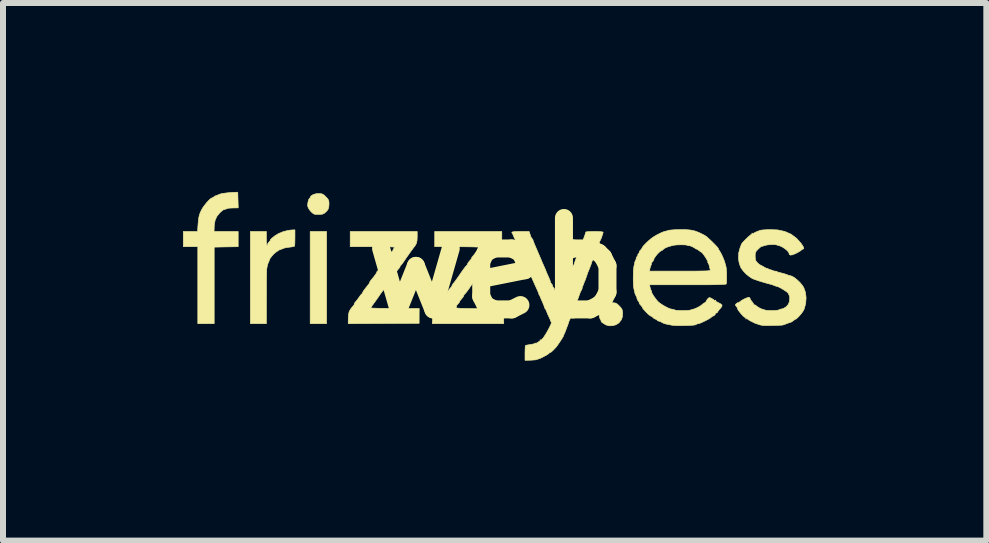
<source format=kicad_pcb>
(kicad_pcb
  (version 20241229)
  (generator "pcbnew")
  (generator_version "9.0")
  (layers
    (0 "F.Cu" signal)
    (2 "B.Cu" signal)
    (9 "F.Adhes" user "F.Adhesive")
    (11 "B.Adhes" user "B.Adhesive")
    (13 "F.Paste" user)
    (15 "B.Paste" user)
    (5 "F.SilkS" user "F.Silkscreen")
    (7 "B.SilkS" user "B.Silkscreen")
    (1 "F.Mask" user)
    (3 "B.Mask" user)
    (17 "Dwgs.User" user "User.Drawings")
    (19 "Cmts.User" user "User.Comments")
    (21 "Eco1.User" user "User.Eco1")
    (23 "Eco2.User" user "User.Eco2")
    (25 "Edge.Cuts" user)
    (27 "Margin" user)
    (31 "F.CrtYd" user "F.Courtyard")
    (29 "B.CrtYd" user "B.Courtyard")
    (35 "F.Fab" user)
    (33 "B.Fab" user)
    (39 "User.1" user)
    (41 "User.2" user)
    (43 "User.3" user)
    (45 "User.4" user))
  (footprint "web"
    (layer "F.Cu")
    (at 5.225 1.418)
    (property "Reference" "web" (at 0 0 0) (layer "F.SilkS") (effects (font (size 1.524 1.524) (thickness 0.3))))
    (attr through_hole)
    (fp_poly (pts (xy -2.832 0.927) (xy -3.105 0.927) (xy -3.105 -0.61) (xy -2.832 -0.61) (xy -2.832 0.927)) (stroke (width 0.01) (type solid)) (fill yes) (layer "F.SilkS"))
    (fp_poly (pts (xy 0.737 1.2) (xy 0.73 1.206) (xy 0.724 1.2) (xy 0.73 1.194) (xy 0.737 1.2)) (stroke (width 0.01) (type solid)) (fill yes) (layer "F.SilkS"))
    (fp_poly (pts (xy 3.658 0.54) (xy 3.651 0.546) (xy 3.645 0.54) (xy 3.651 0.533) (xy 3.658 0.54)) (stroke (width 0.01) (type solid)) (fill yes) (layer "F.SilkS"))
    (fp_poly (pts (xy 4.166 0.845) (xy 4.159 0.851) (xy 4.153 0.845) (xy 4.159 0.838) (xy 4.166 0.845)) (stroke (width 0.01) (type solid)) (fill yes) (layer "F.SilkS"))
    (fp_poly (pts (xy 4.267 -0.578) (xy 4.261 -0.572) (xy 4.255 -0.578) (xy 4.261 -0.584) (xy 4.267 -0.578)) (stroke (width 0.01) (type solid)) (fill yes) (layer "F.SilkS"))
    (fp_poly (pts (xy -2.924 -1.24) (xy -2.895 -1.231) (xy -2.868 -1.212) (xy -2.846 -1.19) (xy -2.814 -1.157) (xy -2.798 -1.13) (xy -2.792 -1.1) (xy -2.791 -1.067) (xy -2.795 -1.016) (xy -2.806 -0.981) (xy -2.827 -0.951) (xy -2.842 -0.937) (xy -2.872 -0.911) (xy -2.903 -0.898) (xy -2.947 -0.894) (xy -2.95 -0.894) (xy -2.992 -0.894) (xy -3.025 -0.896) (xy -3.035 -0.898) (xy -3.069 -0.919) (xy -3.104 -0.954) (xy -3.132 -0.995) (xy -3.145 -1.026) (xy -3.147 -1.062) (xy -3.141 -1.102) (xy -3.131 -1.138) (xy -3.118 -1.163) (xy -3.109 -1.168) (xy -3.101 -1.173) (xy -3.102 -1.176) (xy -3.101 -1.19) (xy -3.095 -1.198) (xy -3.055 -1.225) (xy -3.007 -1.239) (xy -2.963 -1.241) (xy -2.924 -1.24)) (stroke (width 0.01) (type solid)) (fill yes) (layer "F.SilkS"))
    (fp_poly (pts (xy 1.959 0.579) (xy 1.989 0.585) (xy 2.014 0.6) (xy 2.044 0.628) (xy 2.047 0.631) (xy 2.077 0.664) (xy 2.094 0.692) (xy 2.101 0.726) (xy 2.103 0.751) (xy 2.099 0.814) (xy 2.081 0.863) (xy 2.043 0.911) (xy 2.034 0.919) (xy 1.99 0.946) (xy 1.933 0.961) (xy 1.875 0.962) (xy 1.826 0.948) (xy 1.79 0.927) (xy 1.761 0.907) (xy 1.745 0.894) (xy 1.745 0.889) (xy 1.747 0.881) (xy 1.739 0.869) (xy 1.72 0.831) (xy 1.711 0.781) (xy 1.712 0.731) (xy 1.724 0.688) (xy 1.734 0.673) (xy 1.747 0.655) (xy 1.745 0.648) (xy 1.748 0.641) (xy 1.767 0.625) (xy 1.785 0.613) (xy 1.82 0.592) (xy 1.855 0.581) (xy 1.901 0.578) (xy 1.914 0.578) (xy 1.959 0.579)) (stroke (width 0.01) (type solid)) (fill yes) (layer "F.SilkS"))
    (fp_poly (pts (xy -4.304 -1.003) (xy -4.381 -1.002) (xy -4.432 -1) (xy -4.464 -0.998) (xy -4.483 -0.993) (xy -4.489 -0.991) (xy -4.506 -0.985) (xy -4.508 -0.984) (xy -4.526 -0.978) (xy -4.528 -0.978) (xy -4.545 -0.973) (xy -4.547 -0.973) (xy -4.562 -0.964) (xy -4.589 -0.942) (xy -4.615 -0.917) (xy -4.66 -0.861) (xy -4.689 -0.798) (xy -4.703 -0.72) (xy -4.705 -0.683) (xy -4.707 -0.61) (xy -4.305 -0.61) (xy -4.305 -0.356) (xy -4.505 -0.353) (xy -4.705 -0.349) (xy -4.705 0.927) (xy -4.978 0.927) (xy -4.978 -0.356) (xy -5.22 -0.356) (xy -5.22 -0.61) (xy -4.982 -0.61) (xy -4.975 -0.714) (xy -4.969 -0.785) (xy -4.962 -0.837) (xy -4.953 -0.88) (xy -4.939 -0.92) (xy -4.919 -0.964) (xy -4.918 -0.965) (xy -4.897 -1.003) (xy -4.866 -1.046) (xy -4.832 -1.089) (xy -4.797 -1.127) (xy -4.767 -1.155) (xy -4.746 -1.168) (xy -4.743 -1.168) (xy -4.723 -1.177) (xy -4.714 -1.184) (xy -4.695 -1.199) (xy -4.689 -1.201) (xy -4.672 -1.207) (xy -4.644 -1.218) (xy -4.642 -1.219) (xy -4.609 -1.232) (xy -4.585 -1.24) (xy -4.525 -1.249) (xy -4.455 -1.257) (xy -4.39 -1.262) (xy -4.375 -1.262) (xy -4.312 -1.264) (xy -4.304 -1.003)) (stroke (width 0.01) (type solid)) (fill yes) (layer "F.SilkS"))
    (fp_poly (pts (xy -3.359 -0.503) (xy -3.36 -0.448) (xy -3.361 -0.402) (xy -3.364 -0.372) (xy -3.366 -0.364) (xy -3.381 -0.359) (xy -3.413 -0.353) (xy -3.436 -0.35) (xy -3.484 -0.344) (xy -3.518 -0.338) (xy -3.547 -0.33) (xy -3.573 -0.319) (xy -3.599 -0.309) (xy -3.614 -0.305) (xy -3.626 -0.298) (xy -3.652 -0.281) (xy -3.677 -0.264) (xy -3.71 -0.236) (xy -3.743 -0.2) (xy -3.77 -0.165) (xy -3.786 -0.136) (xy -3.787 -0.127) (xy -3.792 -0.112) (xy -3.8 -0.097) (xy -3.812 -0.066) (xy -3.819 -0.04) (xy -3.825 -0.007) (xy -3.829 0.013) (xy -3.83 0.029) (xy -3.831 0.069) (xy -3.832 0.127) (xy -3.833 0.202) (xy -3.834 0.29) (xy -3.834 0.388) (xy -3.834 0.479) (xy -3.835 0.927) (xy -4.102 0.927) (xy -4.102 -0.61) (xy -3.835 -0.61) (xy -3.835 -0.488) (xy -3.834 -0.427) (xy -3.83 -0.389) (xy -3.824 -0.374) (xy -3.822 -0.375) (xy -3.814 -0.389) (xy -3.815 -0.392) (xy -3.812 -0.407) (xy -3.794 -0.431) (xy -3.79 -0.436) (xy -3.771 -0.458) (xy -3.765 -0.469) (xy -3.766 -0.47) (xy -3.766 -0.476) (xy -3.747 -0.494) (xy -3.708 -0.526) (xy -3.689 -0.541) (xy -3.629 -0.577) (xy -3.554 -0.607) (xy -3.475 -0.627) (xy -3.422 -0.634) (xy -3.359 -0.637) (xy -3.359 -0.503)) (stroke (width 0.01) (type solid)) (fill yes) (layer "F.SilkS"))
    (fp_poly (pts (xy -1.321 -0.521) (xy -1.324 -0.459) (xy -1.334 -0.413) (xy -1.355 -0.374) (xy -1.374 -0.349) (xy -1.392 -0.325) (xy -1.421 -0.286) (xy -1.456 -0.237) (xy -1.493 -0.185) (xy -1.527 -0.135) (xy -1.542 -0.113) (xy -1.566 -0.079) (xy -1.589 -0.051) (xy -1.594 -0.046) (xy -1.607 -0.031) (xy -1.606 -0.025) (xy -1.609 -0.017) (xy -1.624 0.004) (xy -1.637 0.019) (xy -1.66 0.048) (xy -1.674 0.069) (xy -1.676 0.074) (xy -1.684 0.088) (xy -1.704 0.112) (xy -1.709 0.118) (xy -1.727 0.14) (xy -1.733 0.152) (xy -1.732 0.152) (xy -1.734 0.16) (xy -1.75 0.18) (xy -1.759 0.191) (xy -1.779 0.214) (xy -1.787 0.227) (xy -1.786 0.229) (xy -1.788 0.237) (xy -1.804 0.257) (xy -1.815 0.27) (xy -1.839 0.298) (xy -1.853 0.32) (xy -1.854 0.325) (xy -1.863 0.345) (xy -1.875 0.357) (xy -1.891 0.375) (xy -1.917 0.408) (xy -1.946 0.449) (xy -1.951 0.457) (xy -1.985 0.506) (xy -2.021 0.557) (xy -2.05 0.597) (xy -2.074 0.63) (xy -2.09 0.655) (xy -2.095 0.664) (xy -2.083 0.666) (xy -2.048 0.668) (xy -1.995 0.67) (xy -1.924 0.671) (xy -1.841 0.672) (xy -1.747 0.673) (xy -1.692 0.673) (xy -1.288 0.673) (xy -1.289 0.797) (xy -1.289 0.921) (xy -1.88 0.924) (xy -2.471 0.927) (xy -2.47 0.835) (xy -2.466 0.772) (xy -2.454 0.724) (xy -2.429 0.68) (xy -2.389 0.632) (xy -2.372 0.61) (xy -2.367 0.598) (xy -2.369 0.597) (xy -2.368 0.589) (xy -2.354 0.569) (xy -2.348 0.562) (xy -2.32 0.528) (xy -2.291 0.488) (xy -2.285 0.48) (xy -2.265 0.451) (xy -2.249 0.434) (xy -2.245 0.432) (xy -2.236 0.422) (xy -2.235 0.418) (xy -2.229 0.402) (xy -2.211 0.373) (xy -2.179 0.331) (xy -2.142 0.285) (xy -2.122 0.259) (xy -2.114 0.243) (xy -2.115 0.241) (xy -2.113 0.233) (xy -2.098 0.211) (xy -2.087 0.197) (xy -2.042 0.142) (xy -2.013 0.102) (xy -1.997 0.077) (xy -1.994 0.065) (xy -1.987 0.051) (xy -1.984 0.051) (xy -1.972 0.041) (xy -1.953 0.016) (xy -1.944 0.003) (xy -1.916 -0.036) (xy -1.887 -0.073) (xy -1.881 -0.079) (xy -1.864 -0.102) (xy -1.859 -0.114) (xy -1.861 -0.114) (xy -1.86 -0.122) (xy -1.846 -0.142) (xy -1.84 -0.149) (xy -1.812 -0.183) (xy -1.783 -0.224) (xy -1.777 -0.232) (xy -1.757 -0.26) (xy -1.741 -0.277) (xy -1.737 -0.279) (xy -1.728 -0.289) (xy -1.727 -0.294) (xy -1.719 -0.315) (xy -1.706 -0.332) (xy -1.701 -0.339) (xy -1.701 -0.344) (xy -1.708 -0.348) (xy -1.725 -0.351) (xy -1.754 -0.353) (xy -1.799 -0.354) (xy -1.861 -0.355) (xy -1.943 -0.356) (xy -2.047 -0.356) (xy -2.438 -0.356) (xy -2.438 -0.61) (xy -1.321 -0.61) (xy -1.321 -0.521)) (stroke (width 0.01) (type solid)) (fill yes) (layer "F.SilkS"))
    (fp_poly (pts (xy 0.089 -0.519) (xy 0.088 -0.468) (xy 0.082 -0.432) (xy 0.069 -0.4) (xy 0.045 -0.362) (xy 0.019 -0.324) (xy -0.005 -0.294) (xy -0.018 -0.28) (xy -0.035 -0.26) (xy -0.038 -0.249) (xy -0.046 -0.232) (xy -0.067 -0.205) (xy -0.077 -0.194) (xy -0.098 -0.169) (xy -0.107 -0.154) (xy -0.106 -0.152) (xy -0.108 -0.144) (xy -0.124 -0.124) (xy -0.133 -0.114) (xy -0.154 -0.091) (xy -0.162 -0.078) (xy -0.161 -0.076) (xy -0.162 -0.068) (xy -0.177 -0.048) (xy -0.184 -0.041) (xy -0.205 -0.016) (xy -0.216 0.001) (xy -0.216 0.003) (xy -0.224 0.017) (xy -0.243 0.042) (xy -0.255 0.057) (xy -0.277 0.083) (xy -0.287 0.099) (xy -0.287 0.102) (xy -0.289 0.11) (xy -0.304 0.129) (xy -0.304 0.13) (xy -0.319 0.148) (xy -0.336 0.171) (xy -0.359 0.202) (xy -0.39 0.245) (xy -0.431 0.304) (xy -0.449 0.331) (xy -0.479 0.373) (xy -0.506 0.408) (xy -0.524 0.429) (xy -0.527 0.431) (xy -0.543 0.451) (xy -0.546 0.462) (xy -0.554 0.479) (xy -0.575 0.506) (xy -0.585 0.518) (xy -0.606 0.542) (xy -0.615 0.557) (xy -0.614 0.559) (xy -0.616 0.567) (xy -0.632 0.587) (xy -0.641 0.597) (xy -0.661 0.62) (xy -0.669 0.634) (xy -0.668 0.635) (xy -0.666 0.643) (xy -0.673 0.654) (xy -0.675 0.659) (xy -0.67 0.663) (xy -0.654 0.667) (xy -0.627 0.669) (xy -0.586 0.672) (xy -0.527 0.673) (xy -0.449 0.674) (xy -0.349 0.676) (xy -0.284 0.676) (xy 0.12 0.679) (xy 0.121 0.803) (xy 0.121 0.927) (xy -1.069 0.927) (xy -1.065 0.828) (xy -1.062 0.776) (xy -1.056 0.741) (xy -1.045 0.715) (xy -1.027 0.69) (xy -1.019 0.681) (xy -0.995 0.652) (xy -0.98 0.631) (xy -0.978 0.625) (xy -0.97 0.61) (xy -0.951 0.586) (xy -0.946 0.581) (xy -0.927 0.559) (xy -0.921 0.547) (xy -0.923 0.546) (xy -0.921 0.538) (xy -0.906 0.518) (xy -0.9 0.511) (xy -0.874 0.479) (xy -0.845 0.438) (xy -0.832 0.419) (xy -0.804 0.378) (xy -0.775 0.34) (xy -0.763 0.327) (xy -0.745 0.305) (xy -0.739 0.293) (xy -0.74 0.292) (xy -0.74 0.284) (xy -0.725 0.264) (xy -0.725 0.264) (xy -0.699 0.232) (xy -0.667 0.189) (xy -0.626 0.13) (xy -0.58 0.063) (xy -0.55 0.021) (xy -0.524 -0.014) (xy -0.505 -0.035) (xy -0.503 -0.037) (xy -0.486 -0.057) (xy -0.483 -0.068) (xy -0.474 -0.086) (xy -0.454 -0.112) (xy -0.444 -0.124) (xy -0.423 -0.148) (xy -0.413 -0.163) (xy -0.414 -0.165) (xy -0.413 -0.173) (xy -0.398 -0.193) (xy -0.392 -0.2) (xy -0.367 -0.23) (xy -0.34 -0.266) (xy -0.316 -0.303) (xy -0.298 -0.332) (xy -0.292 -0.347) (xy -0.304 -0.349) (xy -0.339 -0.351) (xy -0.392 -0.353) (xy -0.462 -0.354) (xy -0.544 -0.355) (xy -0.636 -0.356) (xy -0.66 -0.356) (xy -1.029 -0.356) (xy -1.029 -0.61) (xy 0.089 -0.61) (xy 0.089 -0.519)) (stroke (width 0.01) (type solid)) (fill yes) (layer "F.SilkS"))
    (fp_poly (pts (xy 4.687 -0.636) (xy 4.806 -0.61) (xy 4.911 -0.564) (xy 5.002 -0.496) (xy 5.081 -0.407) (xy 5.086 -0.399) (xy 5.114 -0.355) (xy 5.123 -0.328) (xy 5.114 -0.318) (xy 5.113 -0.318) (xy 5.091 -0.309) (xy 5.08 -0.298) (xy 5.061 -0.283) (xy 5.026 -0.263) (xy 4.987 -0.242) (xy 4.934 -0.221) (xy 4.899 -0.216) (xy 4.88 -0.228) (xy 4.877 -0.247) (xy 4.866 -0.269) (xy 4.84 -0.297) (xy 4.803 -0.326) (xy 4.763 -0.352) (xy 4.726 -0.369) (xy 4.711 -0.373) (xy 4.686 -0.38) (xy 4.68 -0.383) (xy 4.652 -0.39) (xy 4.609 -0.392) (xy 4.558 -0.39) (xy 4.509 -0.385) (xy 4.474 -0.376) (xy 4.442 -0.366) (xy 4.422 -0.362) (xy 4.42 -0.363) (xy 4.411 -0.359) (xy 4.39 -0.341) (xy 4.366 -0.319) (xy 4.335 -0.288) (xy 4.319 -0.263) (xy 4.313 -0.234) (xy 4.312 -0.198) (xy 4.315 -0.152) (xy 4.324 -0.121) (xy 4.344 -0.095) (xy 4.372 -0.068) (xy 4.399 -0.05) (xy 4.401 -0.049) (xy 4.429 -0.035) (xy 4.463 -0.015) (xy 4.467 -0.013) (xy 4.493 0.001) (xy 4.508 0.006) (xy 4.508 0.005) (xy 4.516 0.005) (xy 4.525 0.011) (xy 4.552 0.024) (xy 4.569 0.029) (xy 4.595 0.036) (xy 4.606 0.042) (xy 4.624 0.049) (xy 4.642 0.051) (xy 4.668 0.055) (xy 4.679 0.06) (xy 4.695 0.07) (xy 4.697 0.07) (xy 4.719 0.074) (xy 4.756 0.084) (xy 4.798 0.095) (xy 4.834 0.107) (xy 4.854 0.115) (xy 4.883 0.125) (xy 4.896 0.127) (xy 4.928 0.137) (xy 4.97 0.162) (xy 5.015 0.199) (xy 5.06 0.242) (xy 5.098 0.288) (xy 5.121 0.324) (xy 5.15 0.404) (xy 5.161 0.495) (xy 5.154 0.59) (xy 5.13 0.68) (xy 5.122 0.698) (xy 5.104 0.728) (xy 5.078 0.763) (xy 5.047 0.799) (xy 5.018 0.829) (xy 4.996 0.848) (xy 4.988 0.851) (xy 4.972 0.859) (xy 4.951 0.875) (xy 4.92 0.897) (xy 4.895 0.907) (xy 4.86 0.918) (xy 4.83 0.929) (xy 4.798 0.942) (xy 4.775 0.949) (xy 4.753 0.952) (xy 4.712 0.954) (xy 4.659 0.956) (xy 4.6 0.957) (xy 4.541 0.958) (xy 4.489 0.958) (xy 4.451 0.957) (xy 4.439 0.956) (xy 4.405 0.95) (xy 4.381 0.944) (xy 4.354 0.934) (xy 4.346 0.932) (xy 4.318 0.923) (xy 4.28 0.905) (xy 4.238 0.884) (xy 4.202 0.863) (xy 4.18 0.846) (xy 4.178 0.844) (xy 4.158 0.828) (xy 4.147 0.826) (xy 4.13 0.816) (xy 4.105 0.793) (xy 4.076 0.761) (xy 4.048 0.727) (xy 4.026 0.696) (xy 4.016 0.674) (xy 4.016 0.668) (xy 4.011 0.656) (xy 3.997 0.638) (xy 3.983 0.619) (xy 3.986 0.605) (xy 4 0.591) (xy 4.019 0.577) (xy 4.026 0.578) (xy 4.034 0.578) (xy 4.053 0.565) (xy 4.054 0.563) (xy 4.086 0.54) (xy 4.125 0.518) (xy 4.165 0.5) (xy 4.197 0.489) (xy 4.215 0.488) (xy 4.228 0.507) (xy 4.229 0.512) (xy 4.237 0.531) (xy 4.257 0.557) (xy 4.26 0.561) (xy 4.279 0.585) (xy 4.284 0.6) (xy 4.283 0.602) (xy 4.286 0.609) (xy 4.295 0.61) (xy 4.319 0.619) (xy 4.331 0.629) (xy 4.355 0.648) (xy 4.391 0.669) (xy 4.428 0.685) (xy 4.447 0.69) (xy 4.472 0.698) (xy 4.477 0.7) (xy 4.497 0.705) (xy 4.533 0.707) (xy 4.579 0.708) (xy 4.626 0.708) (xy 4.668 0.705) (xy 4.697 0.701) (xy 4.706 0.698) (xy 4.723 0.688) (xy 4.741 0.685) (xy 4.785 0.673) (xy 4.829 0.645) (xy 4.863 0.607) (xy 4.866 0.603) (xy 4.879 0.569) (xy 4.887 0.528) (xy 4.888 0.489) (xy 4.883 0.46) (xy 4.877 0.451) (xy 4.869 0.436) (xy 4.871 0.432) (xy 4.864 0.419) (xy 4.841 0.399) (xy 4.807 0.375) (xy 4.767 0.35) (xy 4.727 0.327) (xy 4.693 0.311) (xy 4.669 0.305) (xy 4.669 0.305) (xy 4.654 0.3) (xy 4.627 0.29) (xy 4.6 0.279) (xy 4.585 0.274) (xy 4.56 0.268) (xy 4.523 0.258) (xy 4.483 0.247) (xy 4.449 0.237) (xy 4.432 0.232) (xy 4.404 0.223) (xy 4.396 0.221) (xy 4.37 0.213) (xy 4.358 0.209) (xy 4.328 0.198) (xy 4.317 0.195) (xy 4.268 0.177) (xy 4.214 0.142) (xy 4.16 0.098) (xy 4.112 0.047) (xy 4.076 -0.003) (xy 4.058 -0.047) (xy 4.057 -0.048) (xy 4.053 -0.067) (xy 4.051 -0.07) (xy 4.047 -0.081) (xy 4.041 -0.11) (xy 4.036 -0.147) (xy 4.034 -0.171) (xy 4.038 -0.254) (xy 4.061 -0.339) (xy 4.066 -0.351) (xy 4.077 -0.38) (xy 4.082 -0.397) (xy 4.092 -0.412) (xy 4.115 -0.439) (xy 4.147 -0.472) (xy 4.182 -0.506) (xy 4.214 -0.535) (xy 4.239 -0.555) (xy 4.247 -0.56) (xy 4.278 -0.575) (xy 4.293 -0.584) (xy 4.321 -0.599) (xy 4.361 -0.616) (xy 4.401 -0.63) (xy 4.407 -0.631) (xy 4.427 -0.634) (xy 4.466 -0.637) (xy 4.518 -0.64) (xy 4.553 -0.641) (xy 4.687 -0.636)) (stroke (width 0.01) (type solid)) (fill yes) (layer "F.SilkS"))
    (fp_poly (pts (xy 3.152 -0.641) (xy 3.233 -0.634) (xy 3.305 -0.619) (xy 3.376 -0.592) (xy 3.455 -0.553) (xy 3.48 -0.539) (xy 3.501 -0.524) (xy 3.533 -0.496) (xy 3.571 -0.461) (xy 3.61 -0.423) (xy 3.647 -0.386) (xy 3.676 -0.355) (xy 3.693 -0.334) (xy 3.696 -0.329) (xy 3.702 -0.313) (xy 3.719 -0.285) (xy 3.727 -0.273) (xy 3.751 -0.23) (xy 3.777 -0.173) (xy 3.8 -0.115) (xy 3.814 -0.066) (xy 3.816 -0.059) (xy 3.821 -0.038) (xy 3.823 -0.032) (xy 3.827 -0.02) (xy 3.831 0.011) (xy 3.834 0.055) (xy 3.836 0.107) (xy 3.836 0.16) (xy 3.836 0.208) (xy 3.834 0.245) (xy 3.83 0.265) (xy 3.83 0.265) (xy 3.819 0.269) (xy 3.789 0.272) (xy 3.74 0.274) (xy 3.67 0.276) (xy 3.579 0.278) (xy 3.466 0.279) (xy 3.328 0.279) (xy 3.187 0.279) (xy 2.552 0.279) (xy 2.56 0.32) (xy 2.569 0.354) (xy 2.58 0.377) (xy 2.588 0.391) (xy 2.587 0.394) (xy 2.585 0.403) (xy 2.596 0.426) (xy 2.616 0.459) (xy 2.642 0.496) (xy 2.67 0.533) (xy 2.697 0.563) (xy 2.701 0.567) (xy 2.732 0.591) (xy 2.775 0.619) (xy 2.823 0.646) (xy 2.867 0.668) (xy 2.9 0.681) (xy 2.902 0.681) (xy 2.924 0.685) (xy 2.94 0.688) (xy 2.968 0.696) (xy 2.979 0.701) (xy 2.997 0.705) (xy 3.034 0.707) (xy 3.081 0.708) (xy 3.132 0.708) (xy 3.179 0.707) (xy 3.215 0.704) (xy 3.232 0.7) (xy 3.255 0.692) (xy 3.269 0.689) (xy 3.309 0.677) (xy 3.357 0.655) (xy 3.402 0.629) (xy 3.425 0.611) (xy 3.447 0.592) (xy 3.461 0.584) (xy 3.461 0.584) (xy 3.475 0.576) (xy 3.488 0.565) (xy 3.5 0.55) (xy 3.5 0.546) (xy 3.502 0.538) (xy 3.517 0.518) (xy 3.519 0.516) (xy 3.539 0.496) (xy 3.557 0.493) (xy 3.582 0.504) (xy 3.61 0.52) (xy 3.626 0.533) (xy 3.626 0.533) (xy 3.64 0.545) (xy 3.67 0.562) (xy 3.702 0.578) (xy 3.74 0.599) (xy 3.759 0.616) (xy 3.758 0.635) (xy 3.739 0.664) (xy 3.715 0.691) (xy 3.695 0.717) (xy 3.684 0.736) (xy 3.683 0.739) (xy 3.673 0.748) (xy 3.662 0.749) (xy 3.648 0.753) (xy 3.649 0.757) (xy 3.647 0.771) (xy 3.633 0.788) (xy 3.615 0.799) (xy 3.609 0.8) (xy 3.592 0.809) (xy 3.582 0.819) (xy 3.562 0.834) (xy 3.527 0.855) (xy 3.483 0.878) (xy 3.437 0.9) (xy 3.397 0.918) (xy 3.369 0.927) (xy 3.364 0.927) (xy 3.341 0.932) (xy 3.335 0.936) (xy 3.325 0.943) (xy 3.308 0.948) (xy 3.279 0.952) (xy 3.235 0.955) (xy 3.171 0.957) (xy 3.131 0.958) (xy 3.064 0.959) (xy 3.002 0.958) (xy 2.95 0.955) (xy 2.921 0.952) (xy 2.862 0.94) (xy 2.822 0.932) (xy 2.793 0.923) (xy 2.77 0.913) (xy 2.751 0.902) (xy 2.722 0.888) (xy 2.704 0.883) (xy 2.702 0.884) (xy 2.69 0.88) (xy 2.68 0.87) (xy 2.659 0.854) (xy 2.648 0.851) (xy 2.629 0.842) (xy 2.61 0.826) (xy 2.588 0.806) (xy 2.572 0.8) (xy 2.557 0.791) (xy 2.529 0.769) (xy 2.496 0.736) (xy 2.49 0.73) (xy 2.46 0.697) (xy 2.44 0.673) (xy 2.433 0.661) (xy 2.433 0.66) (xy 2.432 0.652) (xy 2.416 0.632) (xy 2.407 0.622) (xy 2.387 0.599) (xy 2.379 0.586) (xy 2.381 0.584) (xy 2.382 0.576) (xy 2.372 0.562) (xy 2.352 0.532) (xy 2.341 0.503) (xy 2.341 0.495) (xy 2.336 0.481) (xy 2.325 0.46) (xy 2.311 0.429) (xy 2.305 0.409) (xy 2.3 0.383) (xy 2.291 0.346) (xy 2.289 0.335) (xy 2.284 0.297) (xy 2.281 0.243) (xy 2.28 0.179) (xy 2.281 0.111) (xy 2.283 0.051) (xy 2.551 0.051) (xy 3.061 0.051) (xy 3.188 0.051) (xy 3.292 0.051) (xy 3.375 0.05) (xy 3.439 0.049) (xy 3.487 0.048) (xy 3.522 0.046) (xy 3.544 0.044) (xy 3.557 0.04) (xy 3.563 0.036) (xy 3.564 0.031) (xy 3.562 0.026) (xy 3.554 -0.007) (xy 3.548 -0.034) (xy 3.539 -0.066) (xy 3.528 -0.085) (xy 3.52 -0.099) (xy 3.522 -0.102) (xy 3.522 -0.111) (xy 3.511 -0.134) (xy 3.492 -0.166) (xy 3.469 -0.202) (xy 3.445 -0.234) (xy 3.426 -0.257) (xy 3.413 -0.266) (xy 3.398 -0.274) (xy 3.374 -0.293) (xy 3.373 -0.293) (xy 3.35 -0.311) (xy 3.337 -0.316) (xy 3.336 -0.316) (xy 3.323 -0.319) (xy 3.307 -0.332) (xy 3.284 -0.346) (xy 3.254 -0.361) (xy 3.225 -0.371) (xy 3.205 -0.375) (xy 3.2 -0.372) (xy 3.193 -0.373) (xy 3.184 -0.379) (xy 3.165 -0.384) (xy 3.127 -0.387) (xy 3.079 -0.388) (xy 3.028 -0.387) (xy 2.98 -0.384) (xy 2.943 -0.378) (xy 2.939 -0.377) (xy 2.867 -0.357) (xy 2.818 -0.338) (xy 2.789 -0.319) (xy 2.786 -0.316) (xy 2.766 -0.298) (xy 2.754 -0.292) (xy 2.734 -0.282) (xy 2.706 -0.258) (xy 2.675 -0.225) (xy 2.647 -0.189) (xy 2.627 -0.158) (xy 2.621 -0.138) (xy 2.615 -0.123) (xy 2.598 -0.103) (xy 2.584 -0.084) (xy 2.583 -0.076) (xy 2.585 -0.067) (xy 2.577 -0.049) (xy 2.564 -0.015) (xy 2.557 0.014) (xy 2.551 0.051) (xy 2.283 0.051) (xy 2.283 0.047) (xy 2.288 -0.007) (xy 2.294 -0.045) (xy 2.297 -0.054) (xy 2.305 -0.078) (xy 2.304 -0.089) (xy 2.304 -0.089) (xy 2.305 -0.099) (xy 2.316 -0.123) (xy 2.318 -0.127) (xy 2.329 -0.152) (xy 2.33 -0.165) (xy 2.329 -0.165) (xy 2.33 -0.173) (xy 2.343 -0.191) (xy 2.357 -0.209) (xy 2.356 -0.216) (xy 2.355 -0.224) (xy 2.367 -0.239) (xy 2.38 -0.259) (xy 2.381 -0.269) (xy 2.385 -0.281) (xy 2.4 -0.298) (xy 2.419 -0.319) (xy 2.426 -0.333) (xy 2.435 -0.351) (xy 2.459 -0.38) (xy 2.493 -0.415) (xy 2.533 -0.453) (xy 2.574 -0.488) (xy 2.61 -0.515) (xy 2.611 -0.515) (xy 2.672 -0.552) (xy 2.735 -0.584) (xy 2.791 -0.607) (xy 2.821 -0.615) (xy 2.844 -0.62) (xy 2.851 -0.622) (xy 2.864 -0.628) (xy 2.9 -0.633) (xy 2.958 -0.638) (xy 3.036 -0.641) (xy 3.054 -0.641) (xy 3.152 -0.641)) (stroke (width 0.01) (type solid)) (fill yes) (layer "F.SilkS"))
    (fp_poly (pts (xy 0.556 -0.575) (xy 0.566 -0.545) (xy 0.571 -0.527) (xy 0.581 -0.508) (xy 0.591 -0.495) (xy 0.605 -0.477) (xy 0.608 -0.47) (xy 0.613 -0.452) (xy 0.627 -0.415) (xy 0.649 -0.363) (xy 0.655 -0.349) (xy 0.669 -0.317) (xy 0.678 -0.296) (xy 0.679 -0.292) (xy 0.685 -0.278) (xy 0.698 -0.249) (xy 0.704 -0.235) (xy 0.73 -0.174) (xy 0.748 -0.133) (xy 0.755 -0.114) (xy 0.755 -0.114) (xy 0.761 -0.1) (xy 0.774 -0.071) (xy 0.78 -0.057) (xy 0.808 0.006) (xy 0.825 0.046) (xy 0.831 0.064) (xy 0.837 0.078) (xy 0.85 0.107) (xy 0.859 0.127) (xy 0.883 0.182) (xy 0.896 0.216) (xy 0.899 0.233) (xy 0.898 0.234) (xy 0.904 0.246) (xy 0.92 0.265) (xy 0.934 0.284) (xy 0.933 0.292) (xy 0.933 0.3) (xy 0.943 0.314) (xy 0.96 0.335) (xy 0.965 0.346) (xy 0.973 0.375) (xy 0.993 0.423) (xy 1.008 0.457) (xy 1.023 0.492) (xy 1.033 0.517) (xy 1.034 0.523) (xy 1.04 0.539) (xy 1.052 0.535) (xy 1.067 0.516) (xy 1.08 0.486) (xy 1.087 0.459) (xy 1.095 0.433) (xy 1.1 0.421) (xy 1.109 0.4) (xy 1.111 0.394) (xy 1.118 0.377) (xy 1.129 0.347) (xy 1.142 0.315) (xy 1.152 0.292) (xy 1.16 0.272) (xy 1.162 0.267) (xy 1.168 0.251) (xy 1.174 0.239) (xy 1.183 0.211) (xy 1.186 0.201) (xy 1.194 0.176) (xy 1.2 0.165) (xy 1.213 0.136) (xy 1.216 0.122) (xy 1.224 0.094) (xy 1.23 0.084) (xy 1.241 0.063) (xy 1.254 0.03) (xy 1.257 0.019) (xy 1.27 -0.016) (xy 1.281 -0.041) (xy 1.283 -0.044) (xy 1.293 -0.061) (xy 1.294 -0.064) (xy 1.295 -0.07) (xy 1.299 -0.084) (xy 1.308 -0.109) (xy 1.323 -0.15) (xy 1.336 -0.184) (xy 1.351 -0.224) (xy 1.362 -0.254) (xy 1.366 -0.267) (xy 1.371 -0.282) (xy 1.383 -0.312) (xy 1.396 -0.346) (xy 1.406 -0.368) (xy 1.414 -0.389) (xy 1.415 -0.394) (xy 1.42 -0.408) (xy 1.432 -0.439) (xy 1.449 -0.482) (xy 1.454 -0.495) (xy 1.471 -0.541) (xy 1.483 -0.577) (xy 1.489 -0.598) (xy 1.489 -0.6) (xy 1.499 -0.604) (xy 1.531 -0.607) (xy 1.577 -0.609) (xy 1.632 -0.61) (xy 1.691 -0.609) (xy 1.738 -0.606) (xy 1.769 -0.602) (xy 1.778 -0.598) (xy 1.774 -0.578) (xy 1.767 -0.556) (xy 1.758 -0.53) (xy 1.754 -0.517) (xy 1.748 -0.5) (xy 1.735 -0.472) (xy 1.734 -0.47) (xy 1.72 -0.441) (xy 1.713 -0.423) (xy 1.713 -0.422) (xy 1.708 -0.404) (xy 1.7 -0.381) (xy 1.687 -0.346) (xy 1.681 -0.327) (xy 1.678 -0.316) (xy 1.678 -0.314) (xy 1.672 -0.297) (xy 1.659 -0.269) (xy 1.657 -0.267) (xy 1.646 -0.241) (xy 1.645 -0.229) (xy 1.646 -0.229) (xy 1.645 -0.221) (xy 1.632 -0.203) (xy 1.618 -0.185) (xy 1.618 -0.178) (xy 1.618 -0.168) (xy 1.609 -0.144) (xy 1.607 -0.14) (xy 1.594 -0.113) (xy 1.588 -0.099) (xy 1.588 -0.099) (xy 1.585 -0.086) (xy 1.576 -0.058) (xy 1.563 -0.025) (xy 1.553 0) (xy 1.545 0.02) (xy 1.544 0.025) (xy 1.537 0.041) (xy 1.535 0.044) (xy 1.527 0.063) (xy 1.515 0.097) (xy 1.505 0.127) (xy 1.491 0.167) (xy 1.48 0.198) (xy 1.475 0.21) (xy 1.467 0.226) (xy 1.466 0.229) (xy 1.461 0.244) (xy 1.45 0.271) (xy 1.45 0.273) (xy 1.435 0.31) (xy 1.428 0.331) (xy 1.427 0.341) (xy 1.427 0.344) (xy 1.422 0.359) (xy 1.415 0.37) (xy 1.403 0.391) (xy 1.388 0.428) (xy 1.378 0.457) (xy 1.364 0.498) (xy 1.352 0.528) (xy 1.346 0.54) (xy 1.337 0.559) (xy 1.324 0.592) (xy 1.321 0.603) (xy 1.309 0.638) (xy 1.299 0.663) (xy 1.297 0.667) (xy 1.288 0.69) (xy 1.287 0.692) (xy 1.281 0.711) (xy 1.269 0.743) (xy 1.265 0.752) (xy 1.252 0.784) (xy 1.245 0.804) (xy 1.245 0.807) (xy 1.24 0.821) (xy 1.227 0.848) (xy 1.226 0.851) (xy 1.212 0.879) (xy 1.205 0.898) (xy 1.205 0.898) (xy 1.199 0.918) (xy 1.188 0.951) (xy 1.174 0.986) (xy 1.172 0.991) (xy 1.163 1.015) (xy 1.161 1.022) (xy 1.154 1.041) (xy 1.141 1.073) (xy 1.135 1.086) (xy 1.121 1.118) (xy 1.113 1.139) (xy 1.112 1.143) (xy 1.104 1.156) (xy 1.087 1.183) (xy 1.073 1.205) (xy 1.049 1.241) (xy 1.029 1.27) (xy 1.022 1.281) (xy 1 1.311) (xy 0.97 1.344) (xy 0.939 1.376) (xy 0.912 1.399) (xy 0.894 1.41) (xy 0.893 1.41) (xy 0.878 1.416) (xy 0.876 1.42) (xy 0.866 1.431) (xy 0.839 1.448) (xy 0.802 1.468) (xy 0.763 1.489) (xy 0.727 1.506) (xy 0.701 1.515) (xy 0.697 1.516) (xy 0.672 1.523) (xy 0.667 1.526) (xy 0.648 1.53) (xy 0.612 1.533) (xy 0.566 1.536) (xy 0.565 1.536) (xy 0.476 1.538) (xy 0.476 1.418) (xy 0.477 1.365) (xy 0.479 1.323) (xy 0.481 1.297) (xy 0.483 1.291) (xy 0.498 1.286) (xy 0.53 1.28) (xy 0.559 1.276) (xy 0.601 1.269) (xy 0.633 1.26) (xy 0.645 1.255) (xy 0.658 1.248) (xy 0.66 1.251) (xy 0.668 1.252) (xy 0.681 1.243) (xy 0.709 1.224) (xy 0.728 1.213) (xy 0.751 1.195) (xy 0.779 1.164) (xy 0.79 1.149) (xy 0.816 1.109) (xy 0.844 1.062) (xy 0.871 1.013) (xy 0.893 0.969) (xy 0.91 0.933) (xy 0.916 0.911) (xy 0.916 0.907) (xy 0.907 0.891) (xy 0.907 0.891) (xy 0.902 0.876) (xy 0.889 0.845) (xy 0.871 0.806) (xy 0.852 0.765) (xy 0.839 0.732) (xy 0.833 0.716) (xy 0.823 0.694) (xy 0.816 0.684) (xy 0.803 0.664) (xy 0.801 0.657) (xy 0.792 0.627) (xy 0.771 0.577) (xy 0.758 0.546) (xy 0.742 0.512) (xy 0.733 0.488) (xy 0.731 0.483) (xy 0.724 0.468) (xy 0.718 0.457) (xy 0.706 0.434) (xy 0.704 0.425) (xy 0.698 0.407) (xy 0.684 0.375) (xy 0.676 0.356) (xy 0.637 0.271) (xy 0.605 0.199) (xy 0.579 0.14) (xy 0.562 0.099) (xy 0.553 0.077) (xy 0.553 0.076) (xy 0.547 0.062) (xy 0.533 0.032) (xy 0.515 -0.006) (xy 0.497 -0.047) (xy 0.483 -0.079) (xy 0.478 -0.095) (xy 0.469 -0.116) (xy 0.463 -0.127) (xy 0.452 -0.147) (xy 0.45 -0.152) (xy 0.445 -0.167) (xy 0.433 -0.196) (xy 0.427 -0.21) (xy 0.401 -0.268) (xy 0.385 -0.306) (xy 0.377 -0.326) (xy 0.376 -0.33) (xy 0.368 -0.345) (xy 0.362 -0.356) (xy 0.35 -0.379) (xy 0.348 -0.387) (xy 0.342 -0.405) (xy 0.328 -0.438) (xy 0.31 -0.476) (xy 0.292 -0.516) (xy 0.279 -0.547) (xy 0.274 -0.561) (xy 0.265 -0.577) (xy 0.264 -0.579) (xy 0.255 -0.592) (xy 0.261 -0.6) (xy 0.285 -0.606) (xy 0.328 -0.609) (xy 0.394 -0.61) (xy 0.399 -0.61) (xy 0.544 -0.61) (xy 0.556 -0.575)) (stroke (width 0.01) (type solid)) (fill yes) (layer "F.SilkS")))
  (gr_rect
    (start -3 -3)
    (end 13.39 5.961)
    (stroke (width 0.1) (type default))
    (fill no)
    (layer "Edge.Cuts")))
</source>
